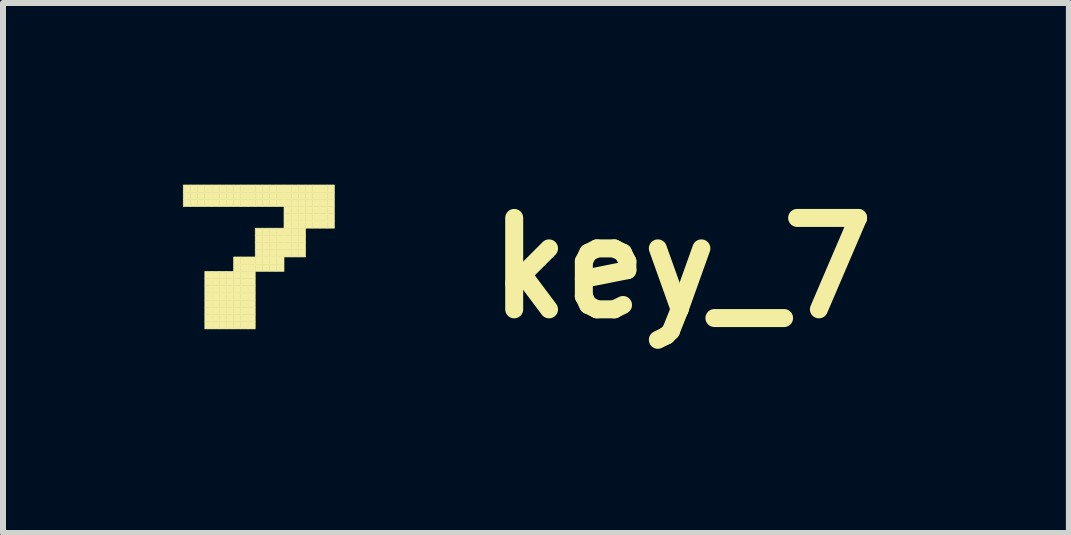
<source format=kicad_pcb>
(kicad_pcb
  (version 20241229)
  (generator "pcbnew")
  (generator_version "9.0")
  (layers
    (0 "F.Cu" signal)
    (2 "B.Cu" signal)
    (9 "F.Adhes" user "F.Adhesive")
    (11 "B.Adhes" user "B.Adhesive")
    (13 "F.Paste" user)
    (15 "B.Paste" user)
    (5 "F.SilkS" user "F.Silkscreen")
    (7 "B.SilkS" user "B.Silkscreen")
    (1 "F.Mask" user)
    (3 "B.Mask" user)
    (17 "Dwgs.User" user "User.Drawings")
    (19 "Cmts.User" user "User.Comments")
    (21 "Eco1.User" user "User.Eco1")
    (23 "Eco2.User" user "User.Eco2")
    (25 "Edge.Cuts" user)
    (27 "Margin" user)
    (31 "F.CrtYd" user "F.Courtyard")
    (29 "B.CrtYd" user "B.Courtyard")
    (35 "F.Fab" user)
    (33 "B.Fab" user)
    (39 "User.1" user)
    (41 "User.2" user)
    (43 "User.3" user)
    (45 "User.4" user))
  (footprint "key_7"
    (layer "F.Cu")
    (at 1.205 1.418)
    (property "Reference" "key_7" (at 7.112 0 0) (layer "F.SilkS") (effects (font (size 1.524 1.524) (thickness 0.3))))
    (attr through_hole)
    (fp_poly (pts (xy -1.2 -1.384) (xy -1.08 -1.384) (xy -1.08 -1.264) (xy -1.2 -1.264) (xy -1.2 -1.384)) (stroke (width 0.01) (type solid)) (fill yes) (layer "F.SilkS"))
    (fp_poly (pts (xy -1.2 -1.264) (xy -1.08 -1.264) (xy -1.08 -1.144) (xy -1.2 -1.144) (xy -1.2 -1.264)) (stroke (width 0.01) (type solid)) (fill yes) (layer "F.SilkS"))
    (fp_poly (pts (xy -1.2 -1.144) (xy -1.08 -1.144) (xy -1.08 -1.024) (xy -1.2 -1.024) (xy -1.2 -1.144)) (stroke (width 0.01) (type solid)) (fill yes) (layer "F.SilkS"))
    (fp_poly (pts (xy -1.08 -1.384) (xy -0.96 -1.384) (xy -0.96 -1.264) (xy -1.08 -1.264) (xy -1.08 -1.384)) (stroke (width 0.01) (type solid)) (fill yes) (layer "F.SilkS"))
    (fp_poly (pts (xy -1.08 -1.264) (xy -0.96 -1.264) (xy -0.96 -1.144) (xy -1.08 -1.144) (xy -1.08 -1.264)) (stroke (width 0.01) (type solid)) (fill yes) (layer "F.SilkS"))
    (fp_poly (pts (xy -1.08 -1.144) (xy -0.96 -1.144) (xy -0.96 -1.024) (xy -1.08 -1.024) (xy -1.08 -1.144)) (stroke (width 0.01) (type solid)) (fill yes) (layer "F.SilkS"))
    (fp_poly (pts (xy -0.96 -1.384) (xy -0.84 -1.384) (xy -0.84 -1.264) (xy -0.96 -1.264) (xy -0.96 -1.384)) (stroke (width 0.01) (type solid)) (fill yes) (layer "F.SilkS"))
    (fp_poly (pts (xy -0.96 -1.264) (xy -0.84 -1.264) (xy -0.84 -1.144) (xy -0.96 -1.144) (xy -0.96 -1.264)) (stroke (width 0.01) (type solid)) (fill yes) (layer "F.SilkS"))
    (fp_poly (pts (xy -0.96 -1.144) (xy -0.84 -1.144) (xy -0.84 -1.024) (xy -0.96 -1.024) (xy -0.96 -1.144)) (stroke (width 0.01) (type solid)) (fill yes) (layer "F.SilkS"))
    (fp_poly (pts (xy -0.84 -1.384) (xy -0.72 -1.384) (xy -0.72 -1.264) (xy -0.84 -1.264) (xy -0.84 -1.384)) (stroke (width 0.01) (type solid)) (fill yes) (layer "F.SilkS"))
    (fp_poly (pts (xy -0.84 -1.264) (xy -0.72 -1.264) (xy -0.72 -1.144) (xy -0.84 -1.144) (xy -0.84 -1.264)) (stroke (width 0.01) (type solid)) (fill yes) (layer "F.SilkS"))
    (fp_poly (pts (xy -0.84 -1.144) (xy -0.72 -1.144) (xy -0.72 -1.024) (xy -0.84 -1.024) (xy -0.84 -1.144)) (stroke (width 0.01) (type solid)) (fill yes) (layer "F.SilkS"))
    (fp_poly (pts (xy -0.84 0.056) (xy -0.72 0.056) (xy -0.72 0.176) (xy -0.84 0.176) (xy -0.84 0.056)) (stroke (width 0.01) (type solid)) (fill yes) (layer "F.SilkS"))
    (fp_poly (pts (xy -0.84 0.176) (xy -0.72 0.176) (xy -0.72 0.296) (xy -0.84 0.296) (xy -0.84 0.176)) (stroke (width 0.01) (type solid)) (fill yes) (layer "F.SilkS"))
    (fp_poly (pts (xy -0.84 0.296) (xy -0.72 0.296) (xy -0.72 0.416) (xy -0.84 0.416) (xy -0.84 0.296)) (stroke (width 0.01) (type solid)) (fill yes) (layer "F.SilkS"))
    (fp_poly (pts (xy -0.84 0.416) (xy -0.72 0.416) (xy -0.72 0.536) (xy -0.84 0.536) (xy -0.84 0.416)) (stroke (width 0.01) (type solid)) (fill yes) (layer "F.SilkS"))
    (fp_poly (pts (xy -0.84 0.536) (xy -0.72 0.536) (xy -0.72 0.656) (xy -0.84 0.656) (xy -0.84 0.536)) (stroke (width 0.01) (type solid)) (fill yes) (layer "F.SilkS"))
    (fp_poly (pts (xy -0.84 0.656) (xy -0.72 0.656) (xy -0.72 0.776) (xy -0.84 0.776) (xy -0.84 0.656)) (stroke (width 0.01) (type solid)) (fill yes) (layer "F.SilkS"))
    (fp_poly (pts (xy -0.84 0.776) (xy -0.72 0.776) (xy -0.72 0.896) (xy -0.84 0.896) (xy -0.84 0.776)) (stroke (width 0.01) (type solid)) (fill yes) (layer "F.SilkS"))
    (fp_poly (pts (xy -0.84 0.896) (xy -0.72 0.896) (xy -0.72 1.016) (xy -0.84 1.016) (xy -0.84 0.896)) (stroke (width 0.01) (type solid)) (fill yes) (layer "F.SilkS"))
    (fp_poly (pts (xy -0.72 -1.384) (xy -0.6 -1.384) (xy -0.6 -1.264) (xy -0.72 -1.264) (xy -0.72 -1.384)) (stroke (width 0.01) (type solid)) (fill yes) (layer "F.SilkS"))
    (fp_poly (pts (xy -0.72 -1.264) (xy -0.6 -1.264) (xy -0.6 -1.144) (xy -0.72 -1.144) (xy -0.72 -1.264)) (stroke (width 0.01) (type solid)) (fill yes) (layer "F.SilkS"))
    (fp_poly (pts (xy -0.72 -1.144) (xy -0.6 -1.144) (xy -0.6 -1.024) (xy -0.72 -1.024) (xy -0.72 -1.144)) (stroke (width 0.01) (type solid)) (fill yes) (layer "F.SilkS"))
    (fp_poly (pts (xy -0.72 0.056) (xy -0.6 0.056) (xy -0.6 0.176) (xy -0.72 0.176) (xy -0.72 0.056)) (stroke (width 0.01) (type solid)) (fill yes) (layer "F.SilkS"))
    (fp_poly (pts (xy -0.72 0.176) (xy -0.6 0.176) (xy -0.6 0.296) (xy -0.72 0.296) (xy -0.72 0.176)) (stroke (width 0.01) (type solid)) (fill yes) (layer "F.SilkS"))
    (fp_poly (pts (xy -0.72 0.296) (xy -0.6 0.296) (xy -0.6 0.416) (xy -0.72 0.416) (xy -0.72 0.296)) (stroke (width 0.01) (type solid)) (fill yes) (layer "F.SilkS"))
    (fp_poly (pts (xy -0.72 0.416) (xy -0.6 0.416) (xy -0.6 0.536) (xy -0.72 0.536) (xy -0.72 0.416)) (stroke (width 0.01) (type solid)) (fill yes) (layer "F.SilkS"))
    (fp_poly (pts (xy -0.72 0.536) (xy -0.6 0.536) (xy -0.6 0.656) (xy -0.72 0.656) (xy -0.72 0.536)) (stroke (width 0.01) (type solid)) (fill yes) (layer "F.SilkS"))
    (fp_poly (pts (xy -0.72 0.656) (xy -0.6 0.656) (xy -0.6 0.776) (xy -0.72 0.776) (xy -0.72 0.656)) (stroke (width 0.01) (type solid)) (fill yes) (layer "F.SilkS"))
    (fp_poly (pts (xy -0.72 0.776) (xy -0.6 0.776) (xy -0.6 0.896) (xy -0.72 0.896) (xy -0.72 0.776)) (stroke (width 0.01) (type solid)) (fill yes) (layer "F.SilkS"))
    (fp_poly (pts (xy -0.72 0.896) (xy -0.6 0.896) (xy -0.6 1.016) (xy -0.72 1.016) (xy -0.72 0.896)) (stroke (width 0.01) (type solid)) (fill yes) (layer "F.SilkS"))
    (fp_poly (pts (xy -0.6 -1.384) (xy -0.48 -1.384) (xy -0.48 -1.264) (xy -0.6 -1.264) (xy -0.6 -1.384)) (stroke (width 0.01) (type solid)) (fill yes) (layer "F.SilkS"))
    (fp_poly (pts (xy -0.6 -1.264) (xy -0.48 -1.264) (xy -0.48 -1.144) (xy -0.6 -1.144) (xy -0.6 -1.264)) (stroke (width 0.01) (type solid)) (fill yes) (layer "F.SilkS"))
    (fp_poly (pts (xy -0.6 -1.144) (xy -0.48 -1.144) (xy -0.48 -1.024) (xy -0.6 -1.024) (xy -0.6 -1.144)) (stroke (width 0.01) (type solid)) (fill yes) (layer "F.SilkS"))
    (fp_poly (pts (xy -0.6 0.056) (xy -0.48 0.056) (xy -0.48 0.176) (xy -0.6 0.176) (xy -0.6 0.056)) (stroke (width 0.01) (type solid)) (fill yes) (layer "F.SilkS"))
    (fp_poly (pts (xy -0.6 0.176) (xy -0.48 0.176) (xy -0.48 0.296) (xy -0.6 0.296) (xy -0.6 0.176)) (stroke (width 0.01) (type solid)) (fill yes) (layer "F.SilkS"))
    (fp_poly (pts (xy -0.6 0.296) (xy -0.48 0.296) (xy -0.48 0.416) (xy -0.6 0.416) (xy -0.6 0.296)) (stroke (width 0.01) (type solid)) (fill yes) (layer "F.SilkS"))
    (fp_poly (pts (xy -0.6 0.416) (xy -0.48 0.416) (xy -0.48 0.536) (xy -0.6 0.536) (xy -0.6 0.416)) (stroke (width 0.01) (type solid)) (fill yes) (layer "F.SilkS"))
    (fp_poly (pts (xy -0.6 0.536) (xy -0.48 0.536) (xy -0.48 0.656) (xy -0.6 0.656) (xy -0.6 0.536)) (stroke (width 0.01) (type solid)) (fill yes) (layer "F.SilkS"))
    (fp_poly (pts (xy -0.6 0.656) (xy -0.48 0.656) (xy -0.48 0.776) (xy -0.6 0.776) (xy -0.6 0.656)) (stroke (width 0.01) (type solid)) (fill yes) (layer "F.SilkS"))
    (fp_poly (pts (xy -0.6 0.776) (xy -0.48 0.776) (xy -0.48 0.896) (xy -0.6 0.896) (xy -0.6 0.776)) (stroke (width 0.01) (type solid)) (fill yes) (layer "F.SilkS"))
    (fp_poly (pts (xy -0.6 0.896) (xy -0.48 0.896) (xy -0.48 1.016) (xy -0.6 1.016) (xy -0.6 0.896)) (stroke (width 0.01) (type solid)) (fill yes) (layer "F.SilkS"))
    (fp_poly (pts (xy -0.48 -1.384) (xy -0.36 -1.384) (xy -0.36 -1.264) (xy -0.48 -1.264) (xy -0.48 -1.384)) (stroke (width 0.01) (type solid)) (fill yes) (layer "F.SilkS"))
    (fp_poly (pts (xy -0.48 -1.264) (xy -0.36 -1.264) (xy -0.36 -1.144) (xy -0.48 -1.144) (xy -0.48 -1.264)) (stroke (width 0.01) (type solid)) (fill yes) (layer "F.SilkS"))
    (fp_poly (pts (xy -0.48 -1.144) (xy -0.36 -1.144) (xy -0.36 -1.024) (xy -0.48 -1.024) (xy -0.48 -1.144)) (stroke (width 0.01) (type solid)) (fill yes) (layer "F.SilkS"))
    (fp_poly (pts (xy -0.48 0.056) (xy -0.36 0.056) (xy -0.36 0.176) (xy -0.48 0.176) (xy -0.48 0.056)) (stroke (width 0.01) (type solid)) (fill yes) (layer "F.SilkS"))
    (fp_poly (pts (xy -0.48 0.176) (xy -0.36 0.176) (xy -0.36 0.296) (xy -0.48 0.296) (xy -0.48 0.176)) (stroke (width 0.01) (type solid)) (fill yes) (layer "F.SilkS"))
    (fp_poly (pts (xy -0.48 0.296) (xy -0.36 0.296) (xy -0.36 0.416) (xy -0.48 0.416) (xy -0.48 0.296)) (stroke (width 0.01) (type solid)) (fill yes) (layer "F.SilkS"))
    (fp_poly (pts (xy -0.48 0.416) (xy -0.36 0.416) (xy -0.36 0.536) (xy -0.48 0.536) (xy -0.48 0.416)) (stroke (width 0.01) (type solid)) (fill yes) (layer "F.SilkS"))
    (fp_poly (pts (xy -0.48 0.536) (xy -0.36 0.536) (xy -0.36 0.656) (xy -0.48 0.656) (xy -0.48 0.536)) (stroke (width 0.01) (type solid)) (fill yes) (layer "F.SilkS"))
    (fp_poly (pts (xy -0.48 0.656) (xy -0.36 0.656) (xy -0.36 0.776) (xy -0.48 0.776) (xy -0.48 0.656)) (stroke (width 0.01) (type solid)) (fill yes) (layer "F.SilkS"))
    (fp_poly (pts (xy -0.48 0.776) (xy -0.36 0.776) (xy -0.36 0.896) (xy -0.48 0.896) (xy -0.48 0.776)) (stroke (width 0.01) (type solid)) (fill yes) (layer "F.SilkS"))
    (fp_poly (pts (xy -0.48 0.896) (xy -0.36 0.896) (xy -0.36 1.016) (xy -0.48 1.016) (xy -0.48 0.896)) (stroke (width 0.01) (type solid)) (fill yes) (layer "F.SilkS"))
    (fp_poly (pts (xy -0.36 -1.384) (xy -0.24 -1.384) (xy -0.24 -1.264) (xy -0.36 -1.264) (xy -0.36 -1.384)) (stroke (width 0.01) (type solid)) (fill yes) (layer "F.SilkS"))
    (fp_poly (pts (xy -0.36 -1.264) (xy -0.24 -1.264) (xy -0.24 -1.144) (xy -0.36 -1.144) (xy -0.36 -1.264)) (stroke (width 0.01) (type solid)) (fill yes) (layer "F.SilkS"))
    (fp_poly (pts (xy -0.36 -1.144) (xy -0.24 -1.144) (xy -0.24 -1.024) (xy -0.36 -1.024) (xy -0.36 -1.144)) (stroke (width 0.01) (type solid)) (fill yes) (layer "F.SilkS"))
    (fp_poly (pts (xy -0.36 -0.184) (xy -0.24 -0.184) (xy -0.24 -0.064) (xy -0.36 -0.064) (xy -0.36 -0.184)) (stroke (width 0.01) (type solid)) (fill yes) (layer "F.SilkS"))
    (fp_poly (pts (xy -0.36 -0.064) (xy -0.24 -0.064) (xy -0.24 0.056) (xy -0.36 0.056) (xy -0.36 -0.064)) (stroke (width 0.01) (type solid)) (fill yes) (layer "F.SilkS"))
    (fp_poly (pts (xy -0.36 0.056) (xy -0.24 0.056) (xy -0.24 0.176) (xy -0.36 0.176) (xy -0.36 0.056)) (stroke (width 0.01) (type solid)) (fill yes) (layer "F.SilkS"))
    (fp_poly (pts (xy -0.36 0.176) (xy -0.24 0.176) (xy -0.24 0.296) (xy -0.36 0.296) (xy -0.36 0.176)) (stroke (width 0.01) (type solid)) (fill yes) (layer "F.SilkS"))
    (fp_poly (pts (xy -0.36 0.296) (xy -0.24 0.296) (xy -0.24 0.416) (xy -0.36 0.416) (xy -0.36 0.296)) (stroke (width 0.01) (type solid)) (fill yes) (layer "F.SilkS"))
    (fp_poly (pts (xy -0.36 0.416) (xy -0.24 0.416) (xy -0.24 0.536) (xy -0.36 0.536) (xy -0.36 0.416)) (stroke (width 0.01) (type solid)) (fill yes) (layer "F.SilkS"))
    (fp_poly (pts (xy -0.36 0.536) (xy -0.24 0.536) (xy -0.24 0.656) (xy -0.36 0.656) (xy -0.36 0.536)) (stroke (width 0.01) (type solid)) (fill yes) (layer "F.SilkS"))
    (fp_poly (pts (xy -0.36 0.656) (xy -0.24 0.656) (xy -0.24 0.776) (xy -0.36 0.776) (xy -0.36 0.656)) (stroke (width 0.01) (type solid)) (fill yes) (layer "F.SilkS"))
    (fp_poly (pts (xy -0.36 0.776) (xy -0.24 0.776) (xy -0.24 0.896) (xy -0.36 0.896) (xy -0.36 0.776)) (stroke (width 0.01) (type solid)) (fill yes) (layer "F.SilkS"))
    (fp_poly (pts (xy -0.36 0.896) (xy -0.24 0.896) (xy -0.24 1.016) (xy -0.36 1.016) (xy -0.36 0.896)) (stroke (width 0.01) (type solid)) (fill yes) (layer "F.SilkS"))
    (fp_poly (pts (xy -0.24 -1.384) (xy -0.12 -1.384) (xy -0.12 -1.264) (xy -0.24 -1.264) (xy -0.24 -1.384)) (stroke (width 0.01) (type solid)) (fill yes) (layer "F.SilkS"))
    (fp_poly (pts (xy -0.24 -1.264) (xy -0.12 -1.264) (xy -0.12 -1.144) (xy -0.24 -1.144) (xy -0.24 -1.264)) (stroke (width 0.01) (type solid)) (fill yes) (layer "F.SilkS"))
    (fp_poly (pts (xy -0.24 -1.144) (xy -0.12 -1.144) (xy -0.12 -1.024) (xy -0.24 -1.024) (xy -0.24 -1.144)) (stroke (width 0.01) (type solid)) (fill yes) (layer "F.SilkS"))
    (fp_poly (pts (xy -0.24 -0.184) (xy -0.12 -0.184) (xy -0.12 -0.064) (xy -0.24 -0.064) (xy -0.24 -0.184)) (stroke (width 0.01) (type solid)) (fill yes) (layer "F.SilkS"))
    (fp_poly (pts (xy -0.24 -0.064) (xy -0.12 -0.064) (xy -0.12 0.056) (xy -0.24 0.056) (xy -0.24 -0.064)) (stroke (width 0.01) (type solid)) (fill yes) (layer "F.SilkS"))
    (fp_poly (pts (xy -0.24 0.056) (xy -0.12 0.056) (xy -0.12 0.176) (xy -0.24 0.176) (xy -0.24 0.056)) (stroke (width 0.01) (type solid)) (fill yes) (layer "F.SilkS"))
    (fp_poly (pts (xy -0.24 0.176) (xy -0.12 0.176) (xy -0.12 0.296) (xy -0.24 0.296) (xy -0.24 0.176)) (stroke (width 0.01) (type solid)) (fill yes) (layer "F.SilkS"))
    (fp_poly (pts (xy -0.24 0.296) (xy -0.12 0.296) (xy -0.12 0.416) (xy -0.24 0.416) (xy -0.24 0.296)) (stroke (width 0.01) (type solid)) (fill yes) (layer "F.SilkS"))
    (fp_poly (pts (xy -0.24 0.416) (xy -0.12 0.416) (xy -0.12 0.536) (xy -0.24 0.536) (xy -0.24 0.416)) (stroke (width 0.01) (type solid)) (fill yes) (layer "F.SilkS"))
    (fp_poly (pts (xy -0.24 0.536) (xy -0.12 0.536) (xy -0.12 0.656) (xy -0.24 0.656) (xy -0.24 0.536)) (stroke (width 0.01) (type solid)) (fill yes) (layer "F.SilkS"))
    (fp_poly (pts (xy -0.24 0.656) (xy -0.12 0.656) (xy -0.12 0.776) (xy -0.24 0.776) (xy -0.24 0.656)) (stroke (width 0.01) (type solid)) (fill yes) (layer "F.SilkS"))
    (fp_poly (pts (xy -0.24 0.776) (xy -0.12 0.776) (xy -0.12 0.896) (xy -0.24 0.896) (xy -0.24 0.776)) (stroke (width 0.01) (type solid)) (fill yes) (layer "F.SilkS"))
    (fp_poly (pts (xy -0.24 0.896) (xy -0.12 0.896) (xy -0.12 1.016) (xy -0.24 1.016) (xy -0.24 0.896)) (stroke (width 0.01) (type solid)) (fill yes) (layer "F.SilkS"))
    (fp_poly (pts (xy -0.12 -1.384) (xy 0 -1.384) (xy 0 -1.264) (xy -0.12 -1.264) (xy -0.12 -1.384)) (stroke (width 0.01) (type solid)) (fill yes) (layer "F.SilkS"))
    (fp_poly (pts (xy -0.12 -1.264) (xy 0 -1.264) (xy 0 -1.144) (xy -0.12 -1.144) (xy -0.12 -1.264)) (stroke (width 0.01) (type solid)) (fill yes) (layer "F.SilkS"))
    (fp_poly (pts (xy -0.12 -1.144) (xy 0 -1.144) (xy 0 -1.024) (xy -0.12 -1.024) (xy -0.12 -1.144)) (stroke (width 0.01) (type solid)) (fill yes) (layer "F.SilkS"))
    (fp_poly (pts (xy -0.12 -0.184) (xy 0 -0.184) (xy 0 -0.064) (xy -0.12 -0.064) (xy -0.12 -0.184)) (stroke (width 0.01) (type solid)) (fill yes) (layer "F.SilkS"))
    (fp_poly (pts (xy -0.12 -0.064) (xy 0 -0.064) (xy 0 0.056) (xy -0.12 0.056) (xy -0.12 -0.064)) (stroke (width 0.01) (type solid)) (fill yes) (layer "F.SilkS"))
    (fp_poly (pts (xy -0.12 0.056) (xy 0 0.056) (xy 0 0.176) (xy -0.12 0.176) (xy -0.12 0.056)) (stroke (width 0.01) (type solid)) (fill yes) (layer "F.SilkS"))
    (fp_poly (pts (xy -0.12 0.176) (xy 0 0.176) (xy 0 0.296) (xy -0.12 0.296) (xy -0.12 0.176)) (stroke (width 0.01) (type solid)) (fill yes) (layer "F.SilkS"))
    (fp_poly (pts (xy -0.12 0.296) (xy 0 0.296) (xy 0 0.416) (xy -0.12 0.416) (xy -0.12 0.296)) (stroke (width 0.01) (type solid)) (fill yes) (layer "F.SilkS"))
    (fp_poly (pts (xy -0.12 0.416) (xy 0 0.416) (xy 0 0.536) (xy -0.12 0.536) (xy -0.12 0.416)) (stroke (width 0.01) (type solid)) (fill yes) (layer "F.SilkS"))
    (fp_poly (pts (xy -0.12 0.536) (xy 0 0.536) (xy 0 0.656) (xy -0.12 0.656) (xy -0.12 0.536)) (stroke (width 0.01) (type solid)) (fill yes) (layer "F.SilkS"))
    (fp_poly (pts (xy -0.12 0.656) (xy 0 0.656) (xy 0 0.776) (xy -0.12 0.776) (xy -0.12 0.656)) (stroke (width 0.01) (type solid)) (fill yes) (layer "F.SilkS"))
    (fp_poly (pts (xy -0.12 0.776) (xy 0 0.776) (xy 0 0.896) (xy -0.12 0.896) (xy -0.12 0.776)) (stroke (width 0.01) (type solid)) (fill yes) (layer "F.SilkS"))
    (fp_poly (pts (xy -0.12 0.896) (xy 0 0.896) (xy 0 1.016) (xy -0.12 1.016) (xy -0.12 0.896)) (stroke (width 0.01) (type solid)) (fill yes) (layer "F.SilkS"))
    (fp_poly (pts (xy 0 -1.384) (xy 0.12 -1.384) (xy 0.12 -1.264) (xy 0 -1.264) (xy 0 -1.384)) (stroke (width 0.01) (type solid)) (fill yes) (layer "F.SilkS"))
    (fp_poly (pts (xy 0 -1.264) (xy 0.12 -1.264) (xy 0.12 -1.144) (xy 0 -1.144) (xy 0 -1.264)) (stroke (width 0.01) (type solid)) (fill yes) (layer "F.SilkS"))
    (fp_poly (pts (xy 0 -1.144) (xy 0.12 -1.144) (xy 0.12 -1.024) (xy 0 -1.024) (xy 0 -1.144)) (stroke (width 0.01) (type solid)) (fill yes) (layer "F.SilkS"))
    (fp_poly (pts (xy 0 -0.664) (xy 0.12 -0.664) (xy 0.12 -0.544) (xy 0 -0.544) (xy 0 -0.664)) (stroke (width 0.01) (type solid)) (fill yes) (layer "F.SilkS"))
    (fp_poly (pts (xy 0 -0.544) (xy 0.12 -0.544) (xy 0.12 -0.424) (xy 0 -0.424) (xy 0 -0.544)) (stroke (width 0.01) (type solid)) (fill yes) (layer "F.SilkS"))
    (fp_poly (pts (xy 0 -0.424) (xy 0.12 -0.424) (xy 0.12 -0.304) (xy 0 -0.304) (xy 0 -0.424)) (stroke (width 0.01) (type solid)) (fill yes) (layer "F.SilkS"))
    (fp_poly (pts (xy 0 -0.304) (xy 0.12 -0.304) (xy 0.12 -0.184) (xy 0 -0.184) (xy 0 -0.304)) (stroke (width 0.01) (type solid)) (fill yes) (layer "F.SilkS"))
    (fp_poly (pts (xy 0 -0.184) (xy 0.12 -0.184) (xy 0.12 -0.064) (xy 0 -0.064) (xy 0 -0.184)) (stroke (width 0.01) (type solid)) (fill yes) (layer "F.SilkS"))
    (fp_poly (pts (xy 0 -0.064) (xy 0.12 -0.064) (xy 0.12 0.056) (xy 0 0.056) (xy 0 -0.064)) (stroke (width 0.01) (type solid)) (fill yes) (layer "F.SilkS"))
    (fp_poly (pts (xy 0.12 -1.384) (xy 0.24 -1.384) (xy 0.24 -1.264) (xy 0.12 -1.264) (xy 0.12 -1.384)) (stroke (width 0.01) (type solid)) (fill yes) (layer "F.SilkS"))
    (fp_poly (pts (xy 0.12 -1.264) (xy 0.24 -1.264) (xy 0.24 -1.144) (xy 0.12 -1.144) (xy 0.12 -1.264)) (stroke (width 0.01) (type solid)) (fill yes) (layer "F.SilkS"))
    (fp_poly (pts (xy 0.12 -1.144) (xy 0.24 -1.144) (xy 0.24 -1.024) (xy 0.12 -1.024) (xy 0.12 -1.144)) (stroke (width 0.01) (type solid)) (fill yes) (layer "F.SilkS"))
    (fp_poly (pts (xy 0.12 -0.664) (xy 0.24 -0.664) (xy 0.24 -0.544) (xy 0.12 -0.544) (xy 0.12 -0.664)) (stroke (width 0.01) (type solid)) (fill yes) (layer "F.SilkS"))
    (fp_poly (pts (xy 0.12 -0.544) (xy 0.24 -0.544) (xy 0.24 -0.424) (xy 0.12 -0.424) (xy 0.12 -0.544)) (stroke (width 0.01) (type solid)) (fill yes) (layer "F.SilkS"))
    (fp_poly (pts (xy 0.12 -0.424) (xy 0.24 -0.424) (xy 0.24 -0.304) (xy 0.12 -0.304) (xy 0.12 -0.424)) (stroke (width 0.01) (type solid)) (fill yes) (layer "F.SilkS"))
    (fp_poly (pts (xy 0.12 -0.304) (xy 0.24 -0.304) (xy 0.24 -0.184) (xy 0.12 -0.184) (xy 0.12 -0.304)) (stroke (width 0.01) (type solid)) (fill yes) (layer "F.SilkS"))
    (fp_poly (pts (xy 0.12 -0.184) (xy 0.24 -0.184) (xy 0.24 -0.064) (xy 0.12 -0.064) (xy 0.12 -0.184)) (stroke (width 0.01) (type solid)) (fill yes) (layer "F.SilkS"))
    (fp_poly (pts (xy 0.12 -0.064) (xy 0.24 -0.064) (xy 0.24 0.056) (xy 0.12 0.056) (xy 0.12 -0.064)) (stroke (width 0.01) (type solid)) (fill yes) (layer "F.SilkS"))
    (fp_poly (pts (xy 0.24 -1.384) (xy 0.36 -1.384) (xy 0.36 -1.264) (xy 0.24 -1.264) (xy 0.24 -1.384)) (stroke (width 0.01) (type solid)) (fill yes) (layer "F.SilkS"))
    (fp_poly (pts (xy 0.24 -1.264) (xy 0.36 -1.264) (xy 0.36 -1.144) (xy 0.24 -1.144) (xy 0.24 -1.264)) (stroke (width 0.01) (type solid)) (fill yes) (layer "F.SilkS"))
    (fp_poly (pts (xy 0.24 -1.144) (xy 0.36 -1.144) (xy 0.36 -1.024) (xy 0.24 -1.024) (xy 0.24 -1.144)) (stroke (width 0.01) (type solid)) (fill yes) (layer "F.SilkS"))
    (fp_poly (pts (xy 0.24 -0.664) (xy 0.36 -0.664) (xy 0.36 -0.544) (xy 0.24 -0.544) (xy 0.24 -0.664)) (stroke (width 0.01) (type solid)) (fill yes) (layer "F.SilkS"))
    (fp_poly (pts (xy 0.24 -0.544) (xy 0.36 -0.544) (xy 0.36 -0.424) (xy 0.24 -0.424) (xy 0.24 -0.544)) (stroke (width 0.01) (type solid)) (fill yes) (layer "F.SilkS"))
    (fp_poly (pts (xy 0.24 -0.424) (xy 0.36 -0.424) (xy 0.36 -0.304) (xy 0.24 -0.304) (xy 0.24 -0.424)) (stroke (width 0.01) (type solid)) (fill yes) (layer "F.SilkS"))
    (fp_poly (pts (xy 0.24 -0.304) (xy 0.36 -0.304) (xy 0.36 -0.184) (xy 0.24 -0.184) (xy 0.24 -0.304)) (stroke (width 0.01) (type solid)) (fill yes) (layer "F.SilkS"))
    (fp_poly (pts (xy 0.24 -0.184) (xy 0.36 -0.184) (xy 0.36 -0.064) (xy 0.24 -0.064) (xy 0.24 -0.184)) (stroke (width 0.01) (type solid)) (fill yes) (layer "F.SilkS"))
    (fp_poly (pts (xy 0.24 -0.064) (xy 0.36 -0.064) (xy 0.36 0.056) (xy 0.24 0.056) (xy 0.24 -0.064)) (stroke (width 0.01) (type solid)) (fill yes) (layer "F.SilkS"))
    (fp_poly (pts (xy 0.36 -1.384) (xy 0.48 -1.384) (xy 0.48 -1.264) (xy 0.36 -1.264) (xy 0.36 -1.384)) (stroke (width 0.01) (type solid)) (fill yes) (layer "F.SilkS"))
    (fp_poly (pts (xy 0.36 -1.264) (xy 0.48 -1.264) (xy 0.48 -1.144) (xy 0.36 -1.144) (xy 0.36 -1.264)) (stroke (width 0.01) (type solid)) (fill yes) (layer "F.SilkS"))
    (fp_poly (pts (xy 0.36 -1.144) (xy 0.48 -1.144) (xy 0.48 -1.024) (xy 0.36 -1.024) (xy 0.36 -1.144)) (stroke (width 0.01) (type solid)) (fill yes) (layer "F.SilkS"))
    (fp_poly (pts (xy 0.36 -0.664) (xy 0.48 -0.664) (xy 0.48 -0.544) (xy 0.36 -0.544) (xy 0.36 -0.664)) (stroke (width 0.01) (type solid)) (fill yes) (layer "F.SilkS"))
    (fp_poly (pts (xy 0.36 -0.544) (xy 0.48 -0.544) (xy 0.48 -0.424) (xy 0.36 -0.424) (xy 0.36 -0.544)) (stroke (width 0.01) (type solid)) (fill yes) (layer "F.SilkS"))
    (fp_poly (pts (xy 0.36 -0.424) (xy 0.48 -0.424) (xy 0.48 -0.304) (xy 0.36 -0.304) (xy 0.36 -0.424)) (stroke (width 0.01) (type solid)) (fill yes) (layer "F.SilkS"))
    (fp_poly (pts (xy 0.36 -0.304) (xy 0.48 -0.304) (xy 0.48 -0.184) (xy 0.36 -0.184) (xy 0.36 -0.304)) (stroke (width 0.01) (type solid)) (fill yes) (layer "F.SilkS"))
    (fp_poly (pts (xy 0.36 -0.184) (xy 0.48 -0.184) (xy 0.48 -0.064) (xy 0.36 -0.064) (xy 0.36 -0.184)) (stroke (width 0.01) (type solid)) (fill yes) (layer "F.SilkS"))
    (fp_poly (pts (xy 0.36 -0.064) (xy 0.48 -0.064) (xy 0.48 0.056) (xy 0.36 0.056) (xy 0.36 -0.064)) (stroke (width 0.01) (type solid)) (fill yes) (layer "F.SilkS"))
    (fp_poly (pts (xy 0.48 -1.384) (xy 0.6 -1.384) (xy 0.6 -1.264) (xy 0.48 -1.264) (xy 0.48 -1.384)) (stroke (width 0.01) (type solid)) (fill yes) (layer "F.SilkS"))
    (fp_poly (pts (xy 0.48 -1.264) (xy 0.6 -1.264) (xy 0.6 -1.144) (xy 0.48 -1.144) (xy 0.48 -1.264)) (stroke (width 0.01) (type solid)) (fill yes) (layer "F.SilkS"))
    (fp_poly (pts (xy 0.48 -1.144) (xy 0.6 -1.144) (xy 0.6 -1.024) (xy 0.48 -1.024) (xy 0.48 -1.144)) (stroke (width 0.01) (type solid)) (fill yes) (layer "F.SilkS"))
    (fp_poly (pts (xy 0.48 -1.024) (xy 0.6 -1.024) (xy 0.6 -0.904) (xy 0.48 -0.904) (xy 0.48 -1.024)) (stroke (width 0.01) (type solid)) (fill yes) (layer "F.SilkS"))
    (fp_poly (pts (xy 0.48 -0.904) (xy 0.6 -0.904) (xy 0.6 -0.784) (xy 0.48 -0.784) (xy 0.48 -0.904)) (stroke (width 0.01) (type solid)) (fill yes) (layer "F.SilkS"))
    (fp_poly (pts (xy 0.48 -0.784) (xy 0.6 -0.784) (xy 0.6 -0.664) (xy 0.48 -0.664) (xy 0.48 -0.784)) (stroke (width 0.01) (type solid)) (fill yes) (layer "F.SilkS"))
    (fp_poly (pts (xy 0.48 -0.664) (xy 0.6 -0.664) (xy 0.6 -0.544) (xy 0.48 -0.544) (xy 0.48 -0.664)) (stroke (width 0.01) (type solid)) (fill yes) (layer "F.SilkS"))
    (fp_poly (pts (xy 0.48 -0.544) (xy 0.6 -0.544) (xy 0.6 -0.424) (xy 0.48 -0.424) (xy 0.48 -0.544)) (stroke (width 0.01) (type solid)) (fill yes) (layer "F.SilkS"))
    (fp_poly (pts (xy 0.48 -0.424) (xy 0.6 -0.424) (xy 0.6 -0.304) (xy 0.48 -0.304) (xy 0.48 -0.424)) (stroke (width 0.01) (type solid)) (fill yes) (layer "F.SilkS"))
    (fp_poly (pts (xy 0.48 -0.304) (xy 0.6 -0.304) (xy 0.6 -0.184) (xy 0.48 -0.184) (xy 0.48 -0.304)) (stroke (width 0.01) (type solid)) (fill yes) (layer "F.SilkS"))
    (fp_poly (pts (xy 0.6 -1.384) (xy 0.72 -1.384) (xy 0.72 -1.264) (xy 0.6 -1.264) (xy 0.6 -1.384)) (stroke (width 0.01) (type solid)) (fill yes) (layer "F.SilkS"))
    (fp_poly (pts (xy 0.6 -1.264) (xy 0.72 -1.264) (xy 0.72 -1.144) (xy 0.6 -1.144) (xy 0.6 -1.264)) (stroke (width 0.01) (type solid)) (fill yes) (layer "F.SilkS"))
    (fp_poly (pts (xy 0.6 -1.144) (xy 0.72 -1.144) (xy 0.72 -1.024) (xy 0.6 -1.024) (xy 0.6 -1.144)) (stroke (width 0.01) (type solid)) (fill yes) (layer "F.SilkS"))
    (fp_poly (pts (xy 0.6 -1.024) (xy 0.72 -1.024) (xy 0.72 -0.904) (xy 0.6 -0.904) (xy 0.6 -1.024)) (stroke (width 0.01) (type solid)) (fill yes) (layer "F.SilkS"))
    (fp_poly (pts (xy 0.6 -0.904) (xy 0.72 -0.904) (xy 0.72 -0.784) (xy 0.6 -0.784) (xy 0.6 -0.904)) (stroke (width 0.01) (type solid)) (fill yes) (layer "F.SilkS"))
    (fp_poly (pts (xy 0.6 -0.784) (xy 0.72 -0.784) (xy 0.72 -0.664) (xy 0.6 -0.664) (xy 0.6 -0.784)) (stroke (width 0.01) (type solid)) (fill yes) (layer "F.SilkS"))
    (fp_poly (pts (xy 0.6 -0.664) (xy 0.72 -0.664) (xy 0.72 -0.544) (xy 0.6 -0.544) (xy 0.6 -0.664)) (stroke (width 0.01) (type solid)) (fill yes) (layer "F.SilkS"))
    (fp_poly (pts (xy 0.6 -0.544) (xy 0.72 -0.544) (xy 0.72 -0.424) (xy 0.6 -0.424) (xy 0.6 -0.544)) (stroke (width 0.01) (type solid)) (fill yes) (layer "F.SilkS"))
    (fp_poly (pts (xy 0.6 -0.424) (xy 0.72 -0.424) (xy 0.72 -0.304) (xy 0.6 -0.304) (xy 0.6 -0.424)) (stroke (width 0.01) (type solid)) (fill yes) (layer "F.SilkS"))
    (fp_poly (pts (xy 0.6 -0.304) (xy 0.72 -0.304) (xy 0.72 -0.184) (xy 0.6 -0.184) (xy 0.6 -0.304)) (stroke (width 0.01) (type solid)) (fill yes) (layer "F.SilkS"))
    (fp_poly (pts (xy 0.72 -1.384) (xy 0.84 -1.384) (xy 0.84 -1.264) (xy 0.72 -1.264) (xy 0.72 -1.384)) (stroke (width 0.01) (type solid)) (fill yes) (layer "F.SilkS"))
    (fp_poly (pts (xy 0.72 -1.264) (xy 0.84 -1.264) (xy 0.84 -1.144) (xy 0.72 -1.144) (xy 0.72 -1.264)) (stroke (width 0.01) (type solid)) (fill yes) (layer "F.SilkS"))
    (fp_poly (pts (xy 0.72 -1.144) (xy 0.84 -1.144) (xy 0.84 -1.024) (xy 0.72 -1.024) (xy 0.72 -1.144)) (stroke (width 0.01) (type solid)) (fill yes) (layer "F.SilkS"))
    (fp_poly (pts (xy 0.72 -1.024) (xy 0.84 -1.024) (xy 0.84 -0.904) (xy 0.72 -0.904) (xy 0.72 -1.024)) (stroke (width 0.01) (type solid)) (fill yes) (layer "F.SilkS"))
    (fp_poly (pts (xy 0.72 -0.904) (xy 0.84 -0.904) (xy 0.84 -0.784) (xy 0.72 -0.784) (xy 0.72 -0.904)) (stroke (width 0.01) (type solid)) (fill yes) (layer "F.SilkS"))
    (fp_poly (pts (xy 0.72 -0.784) (xy 0.84 -0.784) (xy 0.84 -0.664) (xy 0.72 -0.664) (xy 0.72 -0.784)) (stroke (width 0.01) (type solid)) (fill yes) (layer "F.SilkS"))
    (fp_poly (pts (xy 0.72 -0.664) (xy 0.84 -0.664) (xy 0.84 -0.544) (xy 0.72 -0.544) (xy 0.72 -0.664)) (stroke (width 0.01) (type solid)) (fill yes) (layer "F.SilkS"))
    (fp_poly (pts (xy 0.72 -0.544) (xy 0.84 -0.544) (xy 0.84 -0.424) (xy 0.72 -0.424) (xy 0.72 -0.544)) (stroke (width 0.01) (type solid)) (fill yes) (layer "F.SilkS"))
    (fp_poly (pts (xy 0.72 -0.424) (xy 0.84 -0.424) (xy 0.84 -0.304) (xy 0.72 -0.304) (xy 0.72 -0.424)) (stroke (width 0.01) (type solid)) (fill yes) (layer "F.SilkS"))
    (fp_poly (pts (xy 0.72 -0.304) (xy 0.84 -0.304) (xy 0.84 -0.184) (xy 0.72 -0.184) (xy 0.72 -0.304)) (stroke (width 0.01) (type solid)) (fill yes) (layer "F.SilkS"))
    (fp_poly (pts (xy 0.84 -1.384) (xy 0.96 -1.384) (xy 0.96 -1.264) (xy 0.84 -1.264) (xy 0.84 -1.384)) (stroke (width 0.01) (type solid)) (fill yes) (layer "F.SilkS"))
    (fp_poly (pts (xy 0.84 -1.264) (xy 0.96 -1.264) (xy 0.96 -1.144) (xy 0.84 -1.144) (xy 0.84 -1.264)) (stroke (width 0.01) (type solid)) (fill yes) (layer "F.SilkS"))
    (fp_poly (pts (xy 0.84 -1.144) (xy 0.96 -1.144) (xy 0.96 -1.024) (xy 0.84 -1.024) (xy 0.84 -1.144)) (stroke (width 0.01) (type solid)) (fill yes) (layer "F.SilkS"))
    (fp_poly (pts (xy 0.84 -1.024) (xy 0.96 -1.024) (xy 0.96 -0.904) (xy 0.84 -0.904) (xy 0.84 -1.024)) (stroke (width 0.01) (type solid)) (fill yes) (layer "F.SilkS"))
    (fp_poly (pts (xy 0.84 -0.904) (xy 0.96 -0.904) (xy 0.96 -0.784) (xy 0.84 -0.784) (xy 0.84 -0.904)) (stroke (width 0.01) (type solid)) (fill yes) (layer "F.SilkS"))
    (fp_poly (pts (xy 0.84 -0.784) (xy 0.96 -0.784) (xy 0.96 -0.664) (xy 0.84 -0.664) (xy 0.84 -0.784)) (stroke (width 0.01) (type solid)) (fill yes) (layer "F.SilkS"))
    (fp_poly (pts (xy 0.96 -1.384) (xy 1.08 -1.384) (xy 1.08 -1.264) (xy 0.96 -1.264) (xy 0.96 -1.384)) (stroke (width 0.01) (type solid)) (fill yes) (layer "F.SilkS"))
    (fp_poly (pts (xy 0.96 -1.264) (xy 1.08 -1.264) (xy 1.08 -1.144) (xy 0.96 -1.144) (xy 0.96 -1.264)) (stroke (width 0.01) (type solid)) (fill yes) (layer "F.SilkS"))
    (fp_poly (pts (xy 0.96 -1.144) (xy 1.08 -1.144) (xy 1.08 -1.024) (xy 0.96 -1.024) (xy 0.96 -1.144)) (stroke (width 0.01) (type solid)) (fill yes) (layer "F.SilkS"))
    (fp_poly (pts (xy 0.96 -1.024) (xy 1.08 -1.024) (xy 1.08 -0.904) (xy 0.96 -0.904) (xy 0.96 -1.024)) (stroke (width 0.01) (type solid)) (fill yes) (layer "F.SilkS"))
    (fp_poly (pts (xy 0.96 -0.904) (xy 1.08 -0.904) (xy 1.08 -0.784) (xy 0.96 -0.784) (xy 0.96 -0.904)) (stroke (width 0.01) (type solid)) (fill yes) (layer "F.SilkS"))
    (fp_poly (pts (xy 0.96 -0.784) (xy 1.08 -0.784) (xy 1.08 -0.664) (xy 0.96 -0.664) (xy 0.96 -0.784)) (stroke (width 0.01) (type solid)) (fill yes) (layer "F.SilkS"))
    (fp_poly (pts (xy 1.08 -1.384) (xy 1.2 -1.384) (xy 1.2 -1.264) (xy 1.08 -1.264) (xy 1.08 -1.384)) (stroke (width 0.01) (type solid)) (fill yes) (layer "F.SilkS"))
    (fp_poly (pts (xy 1.08 -1.264) (xy 1.2 -1.264) (xy 1.2 -1.144) (xy 1.08 -1.144) (xy 1.08 -1.264)) (stroke (width 0.01) (type solid)) (fill yes) (layer "F.SilkS"))
    (fp_poly (pts (xy 1.08 -1.144) (xy 1.2 -1.144) (xy 1.2 -1.024) (xy 1.08 -1.024) (xy 1.08 -1.144)) (stroke (width 0.01) (type solid)) (fill yes) (layer "F.SilkS"))
    (fp_poly (pts (xy 1.08 -1.024) (xy 1.2 -1.024) (xy 1.2 -0.904) (xy 1.08 -0.904) (xy 1.08 -1.024)) (stroke (width 0.01) (type solid)) (fill yes) (layer "F.SilkS"))
    (fp_poly (pts (xy 1.08 -0.904) (xy 1.2 -0.904) (xy 1.2 -0.784) (xy 1.08 -0.784) (xy 1.08 -0.904)) (stroke (width 0.01) (type solid)) (fill yes) (layer "F.SilkS"))
    (fp_poly (pts (xy 1.08 -0.784) (xy 1.2 -0.784) (xy 1.2 -0.664) (xy 1.08 -0.664) (xy 1.08 -0.784)) (stroke (width 0.01) (type solid)) (fill yes) (layer "F.SilkS"))
    (fp_poly (pts (xy 1.2 -1.384) (xy 1.32 -1.384) (xy 1.32 -1.264) (xy 1.2 -1.264) (xy 1.2 -1.384)) (stroke (width 0.01) (type solid)) (fill yes) (layer "F.SilkS"))
    (fp_poly (pts (xy 1.2 -1.264) (xy 1.32 -1.264) (xy 1.32 -1.144) (xy 1.2 -1.144) (xy 1.2 -1.264)) (stroke (width 0.01) (type solid)) (fill yes) (layer "F.SilkS"))
    (fp_poly (pts (xy 1.2 -1.144) (xy 1.32 -1.144) (xy 1.32 -1.024) (xy 1.2 -1.024) (xy 1.2 -1.144)) (stroke (width 0.01) (type solid)) (fill yes) (layer "F.SilkS"))
    (fp_poly (pts (xy 1.2 -1.024) (xy 1.32 -1.024) (xy 1.32 -0.904) (xy 1.2 -0.904) (xy 1.2 -1.024)) (stroke (width 0.01) (type solid)) (fill yes) (layer "F.SilkS"))
    (fp_poly (pts (xy 1.2 -0.904) (xy 1.32 -0.904) (xy 1.32 -0.784) (xy 1.2 -0.784) (xy 1.2 -0.904)) (stroke (width 0.01) (type solid)) (fill yes) (layer "F.SilkS"))
    (fp_poly (pts (xy 1.2 -0.784) (xy 1.32 -0.784) (xy 1.32 -0.664) (xy 1.2 -0.664) (xy 1.2 -0.784)) (stroke (width 0.01) (type solid)) (fill yes) (layer "F.SilkS")))
  (gr_rect
    (start -3 -3)
    (end 14.771 5.836)
    (stroke (width 0.1) (type default))
    (fill no)
    (layer "Edge.Cuts")))
</source>
